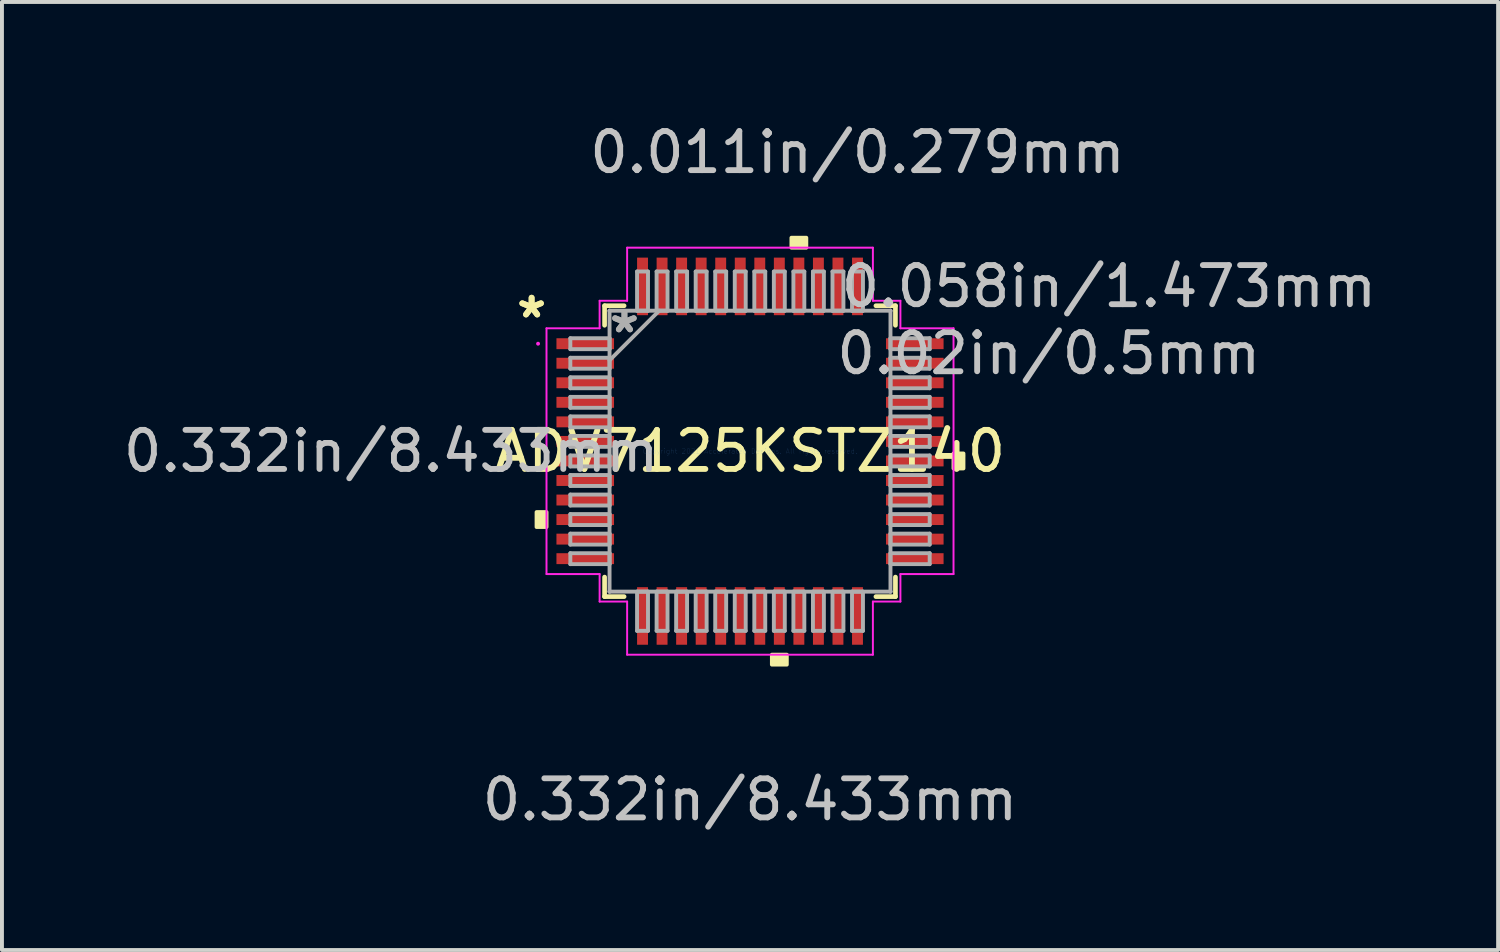
<source format=kicad_pcb>
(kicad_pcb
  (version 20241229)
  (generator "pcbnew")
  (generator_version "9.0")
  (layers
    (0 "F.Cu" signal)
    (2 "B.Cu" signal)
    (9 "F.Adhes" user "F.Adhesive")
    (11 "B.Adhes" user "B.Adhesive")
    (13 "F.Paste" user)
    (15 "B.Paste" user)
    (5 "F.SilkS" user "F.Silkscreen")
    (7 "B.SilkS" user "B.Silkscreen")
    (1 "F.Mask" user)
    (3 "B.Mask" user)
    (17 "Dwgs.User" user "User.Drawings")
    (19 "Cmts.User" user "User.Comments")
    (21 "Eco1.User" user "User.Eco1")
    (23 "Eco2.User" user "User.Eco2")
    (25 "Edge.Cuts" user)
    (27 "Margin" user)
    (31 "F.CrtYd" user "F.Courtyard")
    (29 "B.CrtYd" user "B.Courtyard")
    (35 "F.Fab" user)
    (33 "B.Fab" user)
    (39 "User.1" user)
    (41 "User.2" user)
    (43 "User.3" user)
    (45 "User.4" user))
  (footprint "ADV7125KSTZ140"
    (layer "F.Cu")
    (at 16.14 8.494)
    (property "Reference" "ADV7125KSTZ140" (at 0 0 0) (layer "F.SilkS") (effects (font (size 1 1) (thickness 0.15))))
    (attr through_hole)
    (fp_line (start -3.721 -3.721) (end -3.721 -3.222) (stroke (width 0.12) (type solid)) (layer "F.SilkS"))
    (fp_line (start -3.721 3.222) (end -3.721 3.721) (stroke (width 0.12) (type solid)) (layer "F.SilkS"))
    (fp_line (start -3.721 3.721) (end -3.222 3.721) (stroke (width 0.12) (type solid)) (layer "F.SilkS"))
    (fp_line (start -3.222 -3.721) (end -3.721 -3.721) (stroke (width 0.12) (type solid)) (layer "F.SilkS"))
    (fp_line (start 3.222 3.721) (end 3.721 3.721) (stroke (width 0.12) (type solid)) (layer "F.SilkS"))
    (fp_line (start 3.721 -3.721) (end 3.222 -3.721) (stroke (width 0.12) (type solid)) (layer "F.SilkS"))
    (fp_line (start 3.721 -3.222) (end 3.721 -3.721) (stroke (width 0.12) (type solid)) (layer "F.SilkS"))
    (fp_line (start 3.721 3.721) (end 3.721 3.222) (stroke (width 0.12) (type solid)) (layer "F.SilkS"))
    (fp_poly (pts (xy -5.461 1.559) (xy -5.461 1.94) (xy -5.207 1.94) (xy -5.207 1.559)) (stroke (width 0.1) (type solid)) (fill yes) (layer "F.SilkS"))
    (fp_poly (pts (xy 0.56 5.207) (xy 0.56 5.461) (xy 0.941 5.461) (xy 0.941 5.207)) (stroke (width 0.1) (type solid)) (fill yes) (layer "F.SilkS"))
    (fp_poly (pts (xy 1.06 -5.207) (xy 1.06 -5.461) (xy 1.44 -5.461) (xy 1.44 -5.207)) (stroke (width 0.1) (type solid)) (fill yes) (layer "F.SilkS"))
    (fp_poly (pts (xy 5.461 0.059) (xy 5.461 0.441) (xy 5.207 0.441) (xy 5.207 0.059)) (stroke (width 0.1) (type solid)) (fill yes) (layer "F.SilkS"))
    (fp_line (start -5.207 -3.144) (end -3.848 -3.144) (stroke (width 0.05) (type solid)) (layer "F.CrtYd"))
    (fp_line (start -5.207 3.144) (end -5.207 -3.144) (stroke (width 0.05) (type solid)) (layer "F.CrtYd"))
    (fp_line (start -3.848 -3.848) (end -3.144 -3.848) (stroke (width 0.05) (type solid)) (layer "F.CrtYd"))
    (fp_line (start -3.848 -3.144) (end -3.848 -3.848) (stroke (width 0.05) (type solid)) (layer "F.CrtYd"))
    (fp_line (start -3.848 3.144) (end -5.207 3.144) (stroke (width 0.05) (type solid)) (layer "F.CrtYd"))
    (fp_line (start -3.848 3.848) (end -3.848 3.144) (stroke (width 0.05) (type solid)) (layer "F.CrtYd"))
    (fp_line (start -3.144 -5.207) (end 3.144 -5.207) (stroke (width 0.05) (type solid)) (layer "F.CrtYd"))
    (fp_line (start -3.144 -3.848) (end -3.144 -5.207) (stroke (width 0.05) (type solid)) (layer "F.CrtYd"))
    (fp_line (start -3.144 3.848) (end -3.848 3.848) (stroke (width 0.05) (type solid)) (layer "F.CrtYd"))
    (fp_line (start -3.144 5.207) (end -3.144 3.848) (stroke (width 0.05) (type solid)) (layer "F.CrtYd"))
    (fp_line (start 3.144 -5.207) (end 3.144 -3.848) (stroke (width 0.05) (type solid)) (layer "F.CrtYd"))
    (fp_line (start 3.144 -3.848) (end 3.848 -3.848) (stroke (width 0.05) (type solid)) (layer "F.CrtYd"))
    (fp_line (start 3.144 3.848) (end 3.144 5.207) (stroke (width 0.05) (type solid)) (layer "F.CrtYd"))
    (fp_line (start 3.144 5.207) (end -3.144 5.207) (stroke (width 0.05) (type solid)) (layer "F.CrtYd"))
    (fp_line (start 3.848 -3.848) (end 3.848 -3.144) (stroke (width 0.05) (type solid)) (layer "F.CrtYd"))
    (fp_line (start 3.848 -3.144) (end 5.207 -3.144) (stroke (width 0.05) (type solid)) (layer "F.CrtYd"))
    (fp_line (start 3.848 3.144) (end 3.848 3.848) (stroke (width 0.05) (type solid)) (layer "F.CrtYd"))
    (fp_line (start 3.848 3.848) (end 3.144 3.848) (stroke (width 0.05) (type solid)) (layer "F.CrtYd"))
    (fp_line (start 5.207 -3.144) (end 5.207 3.144) (stroke (width 0.05) (type solid)) (layer "F.CrtYd"))
    (fp_line (start 5.207 3.144) (end 3.848 3.144) (stroke (width 0.05) (type solid)) (layer "F.CrtYd"))
    (fp_circle (center -5.423 -2.75) (end -5.423 -2.75) (stroke (width 0.05) (type solid)) (fill no) (layer "F.CrtYd"))
    (fp_line (start -4.597 -2.89) (end -4.597 -2.61) (stroke (width 0.1) (type solid)) (layer "F.Fab"))
    (fp_line (start -4.597 -2.61) (end -3.594 -2.61) (stroke (width 0.1) (type solid)) (layer "F.Fab"))
    (fp_line (start -4.597 -2.39) (end -4.597 -2.11) (stroke (width 0.1) (type solid)) (layer "F.Fab"))
    (fp_line (start -4.597 -2.11) (end -3.594 -2.11) (stroke (width 0.1) (type solid)) (layer "F.Fab"))
    (fp_line (start -4.597 -1.89) (end -4.597 -1.61) (stroke (width 0.1) (type solid)) (layer "F.Fab"))
    (fp_line (start -4.597 -1.61) (end -3.594 -1.61) (stroke (width 0.1) (type solid)) (layer "F.Fab"))
    (fp_line (start -4.597 -1.39) (end -4.597 -1.11) (stroke (width 0.1) (type solid)) (layer "F.Fab"))
    (fp_line (start -4.597 -1.11) (end -3.594 -1.11) (stroke (width 0.1) (type solid)) (layer "F.Fab"))
    (fp_line (start -4.597 -0.89) (end -4.597 -0.61) (stroke (width 0.1) (type solid)) (layer "F.Fab"))
    (fp_line (start -4.597 -0.61) (end -3.594 -0.61) (stroke (width 0.1) (type solid)) (layer "F.Fab"))
    (fp_line (start -4.597 -0.39) (end -4.597 -0.11) (stroke (width 0.1) (type solid)) (layer "F.Fab"))
    (fp_line (start -4.597 -0.11) (end -3.594 -0.11) (stroke (width 0.1) (type solid)) (layer "F.Fab"))
    (fp_line (start -4.597 0.11) (end -4.597 0.39) (stroke (width 0.1) (type solid)) (layer "F.Fab"))
    (fp_line (start -4.597 0.39) (end -3.594 0.39) (stroke (width 0.1) (type solid)) (layer "F.Fab"))
    (fp_line (start -4.597 0.61) (end -4.597 0.89) (stroke (width 0.1) (type solid)) (layer "F.Fab"))
    (fp_line (start -4.597 0.89) (end -3.594 0.89) (stroke (width 0.1) (type solid)) (layer "F.Fab"))
    (fp_line (start -4.597 1.11) (end -4.597 1.39) (stroke (width 0.1) (type solid)) (layer "F.Fab"))
    (fp_line (start -4.597 1.39) (end -3.594 1.39) (stroke (width 0.1) (type solid)) (layer "F.Fab"))
    (fp_line (start -4.597 1.61) (end -4.597 1.89) (stroke (width 0.1) (type solid)) (layer "F.Fab"))
    (fp_line (start -4.597 1.89) (end -3.594 1.89) (stroke (width 0.1) (type solid)) (layer "F.Fab"))
    (fp_line (start -4.597 2.11) (end -4.597 2.39) (stroke (width 0.1) (type solid)) (layer "F.Fab"))
    (fp_line (start -4.597 2.39) (end -3.594 2.39) (stroke (width 0.1) (type solid)) (layer "F.Fab"))
    (fp_line (start -4.597 2.61) (end -4.597 2.89) (stroke (width 0.1) (type solid)) (layer "F.Fab"))
    (fp_line (start -4.597 2.89) (end -3.594 2.89) (stroke (width 0.1) (type solid)) (layer "F.Fab"))
    (fp_line (start -3.594 -3.594) (end -3.594 -3.594) (stroke (width 0.1) (type solid)) (layer "F.Fab"))
    (fp_line (start -3.594 -3.594) (end -3.594 3.594) (stroke (width 0.1) (type solid)) (layer "F.Fab"))
    (fp_line (start -3.594 -2.89) (end -4.597 -2.89) (stroke (width 0.1) (type solid)) (layer "F.Fab"))
    (fp_line (start -3.594 -2.61) (end -3.594 -2.89) (stroke (width 0.1) (type solid)) (layer "F.Fab"))
    (fp_line (start -3.594 -2.39) (end -4.597 -2.39) (stroke (width 0.1) (type solid)) (layer "F.Fab"))
    (fp_line (start -3.594 -2.324) (end -2.324 -3.594) (stroke (width 0.1) (type solid)) (layer "F.Fab"))
    (fp_line (start -3.594 -2.11) (end -3.594 -2.39) (stroke (width 0.1) (type solid)) (layer "F.Fab"))
    (fp_line (start -3.594 -1.89) (end -4.597 -1.89) (stroke (width 0.1) (type solid)) (layer "F.Fab"))
    (fp_line (start -3.594 -1.61) (end -3.594 -1.89) (stroke (width 0.1) (type solid)) (layer "F.Fab"))
    (fp_line (start -3.594 -1.39) (end -4.597 -1.39) (stroke (width 0.1) (type solid)) (layer "F.Fab"))
    (fp_line (start -3.594 -1.11) (end -3.594 -1.39) (stroke (width 0.1) (type solid)) (layer "F.Fab"))
    (fp_line (start -3.594 -0.89) (end -4.597 -0.89) (stroke (width 0.1) (type solid)) (layer "F.Fab"))
    (fp_line (start -3.594 -0.61) (end -3.594 -0.89) (stroke (width 0.1) (type solid)) (layer "F.Fab"))
    (fp_line (start -3.594 -0.39) (end -4.597 -0.39) (stroke (width 0.1) (type solid)) (layer "F.Fab"))
    (fp_line (start -3.594 -0.11) (end -3.594 -0.39) (stroke (width 0.1) (type solid)) (layer "F.Fab"))
    (fp_line (start -3.594 0.11) (end -4.597 0.11) (stroke (width 0.1) (type solid)) (layer "F.Fab"))
    (fp_line (start -3.594 0.39) (end -3.594 0.11) (stroke (width 0.1) (type solid)) (layer "F.Fab"))
    (fp_line (start -3.594 0.61) (end -4.597 0.61) (stroke (width 0.1) (type solid)) (layer "F.Fab"))
    (fp_line (start -3.594 0.89) (end -3.594 0.61) (stroke (width 0.1) (type solid)) (layer "F.Fab"))
    (fp_line (start -3.594 1.11) (end -4.597 1.11) (stroke (width 0.1) (type solid)) (layer "F.Fab"))
    (fp_line (start -3.594 1.39) (end -3.594 1.11) (stroke (width 0.1) (type solid)) (layer "F.Fab"))
    (fp_line (start -3.594 1.61) (end -4.597 1.61) (stroke (width 0.1) (type solid)) (layer "F.Fab"))
    (fp_line (start -3.594 1.89) (end -3.594 1.61) (stroke (width 0.1) (type solid)) (layer "F.Fab"))
    (fp_line (start -3.594 2.11) (end -4.597 2.11) (stroke (width 0.1) (type solid)) (layer "F.Fab"))
    (fp_line (start -3.594 2.39) (end -3.594 2.11) (stroke (width 0.1) (type solid)) (layer "F.Fab"))
    (fp_line (start -3.594 2.61) (end -4.597 2.61) (stroke (width 0.1) (type solid)) (layer "F.Fab"))
    (fp_line (start -3.594 2.89) (end -3.594 2.61) (stroke (width 0.1) (type solid)) (layer "F.Fab"))
    (fp_line (start -3.594 3.594) (end -3.594 3.594) (stroke (width 0.1) (type solid)) (layer "F.Fab"))
    (fp_line (start -3.594 3.594) (end 3.594 3.594) (stroke (width 0.1) (type solid)) (layer "F.Fab"))
    (fp_line (start -2.89 -4.597) (end -2.89 -3.594) (stroke (width 0.1) (type solid)) (layer "F.Fab"))
    (fp_line (start -2.89 -3.594) (end -2.61 -3.594) (stroke (width 0.1) (type solid)) (layer "F.Fab"))
    (fp_line (start -2.89 3.594) (end -2.89 4.597) (stroke (width 0.1) (type solid)) (layer "F.Fab"))
    (fp_line (start -2.89 4.597) (end -2.61 4.597) (stroke (width 0.1) (type solid)) (layer "F.Fab"))
    (fp_line (start -2.61 -4.597) (end -2.89 -4.597) (stroke (width 0.1) (type solid)) (layer "F.Fab"))
    (fp_line (start -2.61 -3.594) (end -2.61 -4.597) (stroke (width 0.1) (type solid)) (layer "F.Fab"))
    (fp_line (start -2.61 3.594) (end -2.89 3.594) (stroke (width 0.1) (type solid)) (layer "F.Fab"))
    (fp_line (start -2.61 4.597) (end -2.61 3.594) (stroke (width 0.1) (type solid)) (layer "F.Fab"))
    (fp_line (start -2.39 -4.597) (end -2.39 -3.594) (stroke (width 0.1) (type solid)) (layer "F.Fab"))
    (fp_line (start -2.39 -3.594) (end -2.11 -3.594) (stroke (width 0.1) (type solid)) (layer "F.Fab"))
    (fp_line (start -2.39 3.594) (end -2.39 4.597) (stroke (width 0.1) (type solid)) (layer "F.Fab"))
    (fp_line (start -2.39 4.597) (end -2.11 4.597) (stroke (width 0.1) (type solid)) (layer "F.Fab"))
    (fp_line (start -2.11 -4.597) (end -2.39 -4.597) (stroke (width 0.1) (type solid)) (layer "F.Fab"))
    (fp_line (start -2.11 -3.594) (end -2.11 -4.597) (stroke (width 0.1) (type solid)) (layer "F.Fab"))
    (fp_line (start -2.11 3.594) (end -2.39 3.594) (stroke (width 0.1) (type solid)) (layer "F.Fab"))
    (fp_line (start -2.11 4.597) (end -2.11 3.594) (stroke (width 0.1) (type solid)) (layer "F.Fab"))
    (fp_line (start -1.89 -4.597) (end -1.89 -3.594) (stroke (width 0.1) (type solid)) (layer "F.Fab"))
    (fp_line (start -1.89 -3.594) (end -1.61 -3.594) (stroke (width 0.1) (type solid)) (layer "F.Fab"))
    (fp_line (start -1.89 3.594) (end -1.89 4.597) (stroke (width 0.1) (type solid)) (layer "F.Fab"))
    (fp_line (start -1.89 4.597) (end -1.61 4.597) (stroke (width 0.1) (type solid)) (layer "F.Fab"))
    (fp_line (start -1.61 -4.597) (end -1.89 -4.597) (stroke (width 0.1) (type solid)) (layer "F.Fab"))
    (fp_line (start -1.61 -3.594) (end -1.61 -4.597) (stroke (width 0.1) (type solid)) (layer "F.Fab"))
    (fp_line (start -1.61 3.594) (end -1.89 3.594) (stroke (width 0.1) (type solid)) (layer "F.Fab"))
    (fp_line (start -1.61 4.597) (end -1.61 3.594) (stroke (width 0.1) (type solid)) (layer "F.Fab"))
    (fp_line (start -1.39 -4.597) (end -1.39 -3.594) (stroke (width 0.1) (type solid)) (layer "F.Fab"))
    (fp_line (start -1.39 -3.594) (end -1.11 -3.594) (stroke (width 0.1) (type solid)) (layer "F.Fab"))
    (fp_line (start -1.39 3.594) (end -1.39 4.597) (stroke (width 0.1) (type solid)) (layer "F.Fab"))
    (fp_line (start -1.39 4.597) (end -1.11 4.597) (stroke (width 0.1) (type solid)) (layer "F.Fab"))
    (fp_line (start -1.11 -4.597) (end -1.39 -4.597) (stroke (width 0.1) (type solid)) (layer "F.Fab"))
    (fp_line (start -1.11 -3.594) (end -1.11 -4.597) (stroke (width 0.1) (type solid)) (layer "F.Fab"))
    (fp_line (start -1.11 3.594) (end -1.39 3.594) (stroke (width 0.1) (type solid)) (layer "F.Fab"))
    (fp_line (start -1.11 4.597) (end -1.11 3.594) (stroke (width 0.1) (type solid)) (layer "F.Fab"))
    (fp_line (start -0.89 -4.597) (end -0.89 -3.594) (stroke (width 0.1) (type solid)) (layer "F.Fab"))
    (fp_line (start -0.89 -3.594) (end -0.61 -3.594) (stroke (width 0.1) (type solid)) (layer "F.Fab"))
    (fp_line (start -0.89 3.594) (end -0.89 4.597) (stroke (width 0.1) (type solid)) (layer "F.Fab"))
    (fp_line (start -0.89 4.597) (end -0.61 4.597) (stroke (width 0.1) (type solid)) (layer "F.Fab"))
    (fp_line (start -0.61 -4.597) (end -0.89 -4.597) (stroke (width 0.1) (type solid)) (layer "F.Fab"))
    (fp_line (start -0.61 -3.594) (end -0.61 -4.597) (stroke (width 0.1) (type solid)) (layer "F.Fab"))
    (fp_line (start -0.61 3.594) (end -0.89 3.594) (stroke (width 0.1) (type solid)) (layer "F.Fab"))
    (fp_line (start -0.61 4.597) (end -0.61 3.594) (stroke (width 0.1) (type solid)) (layer "F.Fab"))
    (fp_line (start -0.39 -4.597) (end -0.39 -3.594) (stroke (width 0.1) (type solid)) (layer "F.Fab"))
    (fp_line (start -0.39 -3.594) (end -0.11 -3.594) (stroke (width 0.1) (type solid)) (layer "F.Fab"))
    (fp_line (start -0.39 3.594) (end -0.39 4.597) (stroke (width 0.1) (type solid)) (layer "F.Fab"))
    (fp_line (start -0.39 4.597) (end -0.11 4.597) (stroke (width 0.1) (type solid)) (layer "F.Fab"))
    (fp_line (start -0.11 -4.597) (end -0.39 -4.597) (stroke (width 0.1) (type solid)) (layer "F.Fab"))
    (fp_line (start -0.11 -3.594) (end -0.11 -4.597) (stroke (width 0.1) (type solid)) (layer "F.Fab"))
    (fp_line (start -0.11 3.594) (end -0.39 3.594) (stroke (width 0.1) (type solid)) (layer "F.Fab"))
    (fp_line (start -0.11 4.597) (end -0.11 3.594) (stroke (width 0.1) (type solid)) (layer "F.Fab"))
    (fp_line (start 0.11 -4.597) (end 0.11 -3.594) (stroke (width 0.1) (type solid)) (layer "F.Fab"))
    (fp_line (start 0.11 -3.594) (end 0.39 -3.594) (stroke (width 0.1) (type solid)) (layer "F.Fab"))
    (fp_line (start 0.11 3.594) (end 0.11 4.597) (stroke (width 0.1) (type solid)) (layer "F.Fab"))
    (fp_line (start 0.11 4.597) (end 0.39 4.597) (stroke (width 0.1) (type solid)) (layer "F.Fab"))
    (fp_line (start 0.39 -4.597) (end 0.11 -4.597) (stroke (width 0.1) (type solid)) (layer "F.Fab"))
    (fp_line (start 0.39 -3.594) (end 0.39 -4.597) (stroke (width 0.1) (type solid)) (layer "F.Fab"))
    (fp_line (start 0.39 3.594) (end 0.11 3.594) (stroke (width 0.1) (type solid)) (layer "F.Fab"))
    (fp_line (start 0.39 4.597) (end 0.39 3.594) (stroke (width 0.1) (type solid)) (layer "F.Fab"))
    (fp_line (start 0.61 -4.597) (end 0.61 -3.594) (stroke (width 0.1) (type solid)) (layer "F.Fab"))
    (fp_line (start 0.61 -3.594) (end 0.89 -3.594) (stroke (width 0.1) (type solid)) (layer "F.Fab"))
    (fp_line (start 0.61 3.594) (end 0.61 4.597) (stroke (width 0.1) (type solid)) (layer "F.Fab"))
    (fp_line (start 0.61 4.597) (end 0.89 4.597) (stroke (width 0.1) (type solid)) (layer "F.Fab"))
    (fp_line (start 0.89 -4.597) (end 0.61 -4.597) (stroke (width 0.1) (type solid)) (layer "F.Fab"))
    (fp_line (start 0.89 -3.594) (end 0.89 -4.597) (stroke (width 0.1) (type solid)) (layer "F.Fab"))
    (fp_line (start 0.89 3.594) (end 0.61 3.594) (stroke (width 0.1) (type solid)) (layer "F.Fab"))
    (fp_line (start 0.89 4.597) (end 0.89 3.594) (stroke (width 0.1) (type solid)) (layer "F.Fab"))
    (fp_line (start 1.11 -4.597) (end 1.11 -3.594) (stroke (width 0.1) (type solid)) (layer "F.Fab"))
    (fp_line (start 1.11 -3.594) (end 1.39 -3.594) (stroke (width 0.1) (type solid)) (layer "F.Fab"))
    (fp_line (start 1.11 3.594) (end 1.11 4.597) (stroke (width 0.1) (type solid)) (layer "F.Fab"))
    (fp_line (start 1.11 4.597) (end 1.39 4.597) (stroke (width 0.1) (type solid)) (layer "F.Fab"))
    (fp_line (start 1.39 -4.597) (end 1.11 -4.597) (stroke (width 0.1) (type solid)) (layer "F.Fab"))
    (fp_line (start 1.39 -3.594) (end 1.39 -4.597) (stroke (width 0.1) (type solid)) (layer "F.Fab"))
    (fp_line (start 1.39 3.594) (end 1.11 3.594) (stroke (width 0.1) (type solid)) (layer "F.Fab"))
    (fp_line (start 1.39 4.597) (end 1.39 3.594) (stroke (width 0.1) (type solid)) (layer "F.Fab"))
    (fp_line (start 1.61 -4.597) (end 1.61 -3.594) (stroke (width 0.1) (type solid)) (layer "F.Fab"))
    (fp_line (start 1.61 -3.594) (end 1.89 -3.594) (stroke (width 0.1) (type solid)) (layer "F.Fab"))
    (fp_line (start 1.61 3.594) (end 1.61 4.597) (stroke (width 0.1) (type solid)) (layer "F.Fab"))
    (fp_line (start 1.61 4.597) (end 1.89 4.597) (stroke (width 0.1) (type solid)) (layer "F.Fab"))
    (fp_line (start 1.89 -4.597) (end 1.61 -4.597) (stroke (width 0.1) (type solid)) (layer "F.Fab"))
    (fp_line (start 1.89 -3.594) (end 1.89 -4.597) (stroke (width 0.1) (type solid)) (layer "F.Fab"))
    (fp_line (start 1.89 3.594) (end 1.61 3.594) (stroke (width 0.1) (type solid)) (layer "F.Fab"))
    (fp_line (start 1.89 4.597) (end 1.89 3.594) (stroke (width 0.1) (type solid)) (layer "F.Fab"))
    (fp_line (start 2.11 -4.597) (end 2.11 -3.594) (stroke (width 0.1) (type solid)) (layer "F.Fab"))
    (fp_line (start 2.11 -3.594) (end 2.39 -3.594) (stroke (width 0.1) (type solid)) (layer "F.Fab"))
    (fp_line (start 2.11 3.594) (end 2.11 4.597) (stroke (width 0.1) (type solid)) (layer "F.Fab"))
    (fp_line (start 2.11 4.597) (end 2.39 4.597) (stroke (width 0.1) (type solid)) (layer "F.Fab"))
    (fp_line (start 2.39 -4.597) (end 2.11 -4.597) (stroke (width 0.1) (type solid)) (layer "F.Fab"))
    (fp_line (start 2.39 -3.594) (end 2.39 -4.597) (stroke (width 0.1) (type solid)) (layer "F.Fab"))
    (fp_line (start 2.39 3.594) (end 2.11 3.594) (stroke (width 0.1) (type solid)) (layer "F.Fab"))
    (fp_line (start 2.39 4.597) (end 2.39 3.594) (stroke (width 0.1) (type solid)) (layer "F.Fab"))
    (fp_line (start 2.61 -4.597) (end 2.61 -3.594) (stroke (width 0.1) (type solid)) (layer "F.Fab"))
    (fp_line (start 2.61 -3.594) (end 2.89 -3.594) (stroke (width 0.1) (type solid)) (layer "F.Fab"))
    (fp_line (start 2.61 3.594) (end 2.61 4.597) (stroke (width 0.1) (type solid)) (layer "F.Fab"))
    (fp_line (start 2.61 4.597) (end 2.89 4.597) (stroke (width 0.1) (type solid)) (layer "F.Fab"))
    (fp_line (start 2.89 -4.597) (end 2.61 -4.597) (stroke (width 0.1) (type solid)) (layer "F.Fab"))
    (fp_line (start 2.89 -3.594) (end 2.89 -4.597) (stroke (width 0.1) (type solid)) (layer "F.Fab"))
    (fp_line (start 2.89 3.594) (end 2.61 3.594) (stroke (width 0.1) (type solid)) (layer "F.Fab"))
    (fp_line (start 2.89 4.597) (end 2.89 3.594) (stroke (width 0.1) (type solid)) (layer "F.Fab"))
    (fp_line (start 3.594 -3.594) (end -3.594 -3.594) (stroke (width 0.1) (type solid)) (layer "F.Fab"))
    (fp_line (start 3.594 -3.594) (end 3.594 -3.594) (stroke (width 0.1) (type solid)) (layer "F.Fab"))
    (fp_line (start 3.594 -2.89) (end 3.594 -2.61) (stroke (width 0.1) (type solid)) (layer "F.Fab"))
    (fp_line (start 3.594 -2.61) (end 4.597 -2.61) (stroke (width 0.1) (type solid)) (layer "F.Fab"))
    (fp_line (start 3.594 -2.39) (end 3.594 -2.11) (stroke (width 0.1) (type solid)) (layer "F.Fab"))
    (fp_line (start 3.594 -2.11) (end 4.597 -2.11) (stroke (width 0.1) (type solid)) (layer "F.Fab"))
    (fp_line (start 3.594 -1.89) (end 3.594 -1.61) (stroke (width 0.1) (type solid)) (layer "F.Fab"))
    (fp_line (start 3.594 -1.61) (end 4.597 -1.61) (stroke (width 0.1) (type solid)) (layer "F.Fab"))
    (fp_line (start 3.594 -1.39) (end 3.594 -1.11) (stroke (width 0.1) (type solid)) (layer "F.Fab"))
    (fp_line (start 3.594 -1.11) (end 4.597 -1.11) (stroke (width 0.1) (type solid)) (layer "F.Fab"))
    (fp_line (start 3.594 -0.89) (end 3.594 -0.61) (stroke (width 0.1) (type solid)) (layer "F.Fab"))
    (fp_line (start 3.594 -0.61) (end 4.597 -0.61) (stroke (width 0.1) (type solid)) (layer "F.Fab"))
    (fp_line (start 3.594 -0.39) (end 3.594 -0.11) (stroke (width 0.1) (type solid)) (layer "F.Fab"))
    (fp_line (start 3.594 -0.11) (end 4.597 -0.11) (stroke (width 0.1) (type solid)) (layer "F.Fab"))
    (fp_line (start 3.594 0.11) (end 3.594 0.39) (stroke (width 0.1) (type solid)) (layer "F.Fab"))
    (fp_line (start 3.594 0.39) (end 4.597 0.39) (stroke (width 0.1) (type solid)) (layer "F.Fab"))
    (fp_line (start 3.594 0.61) (end 3.594 0.89) (stroke (width 0.1) (type solid)) (layer "F.Fab"))
    (fp_line (start 3.594 0.89) (end 4.597 0.89) (stroke (width 0.1) (type solid)) (layer "F.Fab"))
    (fp_line (start 3.594 1.11) (end 3.594 1.39) (stroke (width 0.1) (type solid)) (layer "F.Fab"))
    (fp_line (start 3.594 1.39) (end 4.597 1.39) (stroke (width 0.1) (type solid)) (layer "F.Fab"))
    (fp_line (start 3.594 1.61) (end 3.594 1.89) (stroke (width 0.1) (type solid)) (layer "F.Fab"))
    (fp_line (start 3.594 1.89) (end 4.597 1.89) (stroke (width 0.1) (type solid)) (layer "F.Fab"))
    (fp_line (start 3.594 2.11) (end 3.594 2.39) (stroke (width 0.1) (type solid)) (layer "F.Fab"))
    (fp_line (start 3.594 2.39) (end 4.597 2.39) (stroke (width 0.1) (type solid)) (layer "F.Fab"))
    (fp_line (start 3.594 2.61) (end 3.594 2.89) (stroke (width 0.1) (type solid)) (layer "F.Fab"))
    (fp_line (start 3.594 2.89) (end 4.597 2.89) (stroke (width 0.1) (type solid)) (layer "F.Fab"))
    (fp_line (start 3.594 3.594) (end 3.594 -3.594) (stroke (width 0.1) (type solid)) (layer "F.Fab"))
    (fp_line (start 3.594 3.594) (end 3.594 3.594) (stroke (width 0.1) (type solid)) (layer "F.Fab"))
    (fp_line (start 4.597 -2.89) (end 3.594 -2.89) (stroke (width 0.1) (type solid)) (layer "F.Fab"))
    (fp_line (start 4.597 -2.61) (end 4.597 -2.89) (stroke (width 0.1) (type solid)) (layer "F.Fab"))
    (fp_line (start 4.597 -2.39) (end 3.594 -2.39) (stroke (width 0.1) (type solid)) (layer "F.Fab"))
    (fp_line (start 4.597 -2.11) (end 4.597 -2.39) (stroke (width 0.1) (type solid)) (layer "F.Fab"))
    (fp_line (start 4.597 -1.89) (end 3.594 -1.89) (stroke (width 0.1) (type solid)) (layer "F.Fab"))
    (fp_line (start 4.597 -1.61) (end 4.597 -1.89) (stroke (width 0.1) (type solid)) (layer "F.Fab"))
    (fp_line (start 4.597 -1.39) (end 3.594 -1.39) (stroke (width 0.1) (type solid)) (layer "F.Fab"))
    (fp_line (start 4.597 -1.11) (end 4.597 -1.39) (stroke (width 0.1) (type solid)) (layer "F.Fab"))
    (fp_line (start 4.597 -0.89) (end 3.594 -0.89) (stroke (width 0.1) (type solid)) (layer "F.Fab"))
    (fp_line (start 4.597 -0.61) (end 4.597 -0.89) (stroke (width 0.1) (type solid)) (layer "F.Fab"))
    (fp_line (start 4.597 -0.39) (end 3.594 -0.39) (stroke (width 0.1) (type solid)) (layer "F.Fab"))
    (fp_line (start 4.597 -0.11) (end 4.597 -0.39) (stroke (width 0.1) (type solid)) (layer "F.Fab"))
    (fp_line (start 4.597 0.11) (end 3.594 0.11) (stroke (width 0.1) (type solid)) (layer "F.Fab"))
    (fp_line (start 4.597 0.39) (end 4.597 0.11) (stroke (width 0.1) (type solid)) (layer "F.Fab"))
    (fp_line (start 4.597 0.61) (end 3.594 0.61) (stroke (width 0.1) (type solid)) (layer "F.Fab"))
    (fp_line (start 4.597 0.89) (end 4.597 0.61) (stroke (width 0.1) (type solid)) (layer "F.Fab"))
    (fp_line (start 4.597 1.11) (end 3.594 1.11) (stroke (width 0.1) (type solid)) (layer "F.Fab"))
    (fp_line (start 4.597 1.39) (end 4.597 1.11) (stroke (width 0.1) (type solid)) (layer "F.Fab"))
    (fp_line (start 4.597 1.61) (end 3.594 1.61) (stroke (width 0.1) (type solid)) (layer "F.Fab"))
    (fp_line (start 4.597 1.89) (end 4.597 1.61) (stroke (width 0.1) (type solid)) (layer "F.Fab"))
    (fp_line (start 4.597 2.11) (end 3.594 2.11) (stroke (width 0.1) (type solid)) (layer "F.Fab"))
    (fp_line (start 4.597 2.39) (end 4.597 2.11) (stroke (width 0.1) (type solid)) (layer "F.Fab"))
    (fp_line (start 4.597 2.61) (end 3.594 2.61) (stroke (width 0.1) (type solid)) (layer "F.Fab"))
    (fp_line (start 4.597 2.89) (end 4.597 2.61) (stroke (width 0.1) (type solid)) (layer "F.Fab"))
    (fp_text user "*" (at -5.588 -3.381 0) (layer "F.SilkS") (effects (font (size 1 1) (thickness 0.15))))
    (fp_text user "*" (at -5.588 -3.381 0) (layer "F.SilkS") (effects (font (size 1 1) (thickness 0.15))))
    (fp_text user "0.332in/8.433mm" (at 0 8.915 0) (layer "Dwgs.User") (effects (font (size 1 1) (thickness 0.15))))
    (fp_text user "0.02in/0.5mm" (at 7.645 -2.5 0) (layer "Dwgs.User") (effects (font (size 1 1) (thickness 0.15))))
    (fp_text user "0.011in/0.279mm" (at 2.75 -7.645 0) (layer "Dwgs.User") (effects (font (size 1 1) (thickness 0.15))))
    (fp_text user "0.332in/8.433mm" (at -9.182 0 0) (layer "Dwgs.User") (effects (font (size 1 1) (thickness 0.15))))
    (fp_text user "0.058in/1.473mm" (at 9.182 -4.216 0) (layer "Dwgs.User") (effects (font (size 1 1) (thickness 0.15))))
    (fp_text user "Copyright 2021 Accelerated Designs. All rights reserved." (at 0 0 0) (layer "Cmts.User") (effects (font (size 0.127 0.127) (thickness 0.002))))
    (fp_text user "*" (at -3.213 -3 0) (layer "F.Fab") (effects (font (size 1 1) (thickness 0.15))))
    (fp_text user "*" (at -3.213 -3 0) (layer "F.Fab") (effects (font (size 1 1) (thickness 0.15))))
    (pad "1" smd rect (at -4.216 -2.75 90) (size 0.279 1.473) (layers "F.Cu" "F.Mask" "F.Paste"))
    (pad "2" smd rect (at -4.216 -2.25 90) (size 0.279 1.473) (layers "F.Cu" "F.Mask" "F.Paste"))
    (pad "3" smd rect (at -4.216 -1.75 90) (size 0.279 1.473) (layers "F.Cu" "F.Mask" "F.Paste"))
    (pad "4" smd rect (at -4.216 -1.25 90) (size 0.279 1.473) (layers "F.Cu" "F.Mask" "F.Paste"))
    (pad "5" smd rect (at -4.216 -0.75 90) (size 0.279 1.473) (layers "F.Cu" "F.Mask" "F.Paste"))
    (pad "6" smd rect (at -4.216 -0.25 90) (size 0.279 1.473) (layers "F.Cu" "F.Mask" "F.Paste"))
    (pad "7" smd rect (at -4.216 0.25 90) (size 0.279 1.473) (layers "F.Cu" "F.Mask" "F.Paste"))
    (pad "8" smd rect (at -4.216 0.75 90) (size 0.279 1.473) (layers "F.Cu" "F.Mask" "F.Paste"))
    (pad "9" smd rect (at -4.216 1.25 90) (size 0.279 1.473) (layers "F.Cu" "F.Mask" "F.Paste"))
    (pad "10" smd rect (at -4.216 1.75 90) (size 0.279 1.473) (layers "F.Cu" "F.Mask" "F.Paste"))
    (pad "11" smd rect (at -4.216 2.25 90) (size 0.279 1.473) (layers "F.Cu" "F.Mask" "F.Paste"))
    (pad "12" smd rect (at -4.216 2.75 90) (size 0.279 1.473) (layers "F.Cu" "F.Mask" "F.Paste"))
    (pad "13" smd rect (at -2.75 4.216) (size 0.279 1.473) (layers "F.Cu" "F.Mask" "F.Paste"))
    (pad "14" smd rect (at -2.25 4.216) (size 0.279 1.473) (layers "F.Cu" "F.Mask" "F.Paste"))
    (pad "15" smd rect (at -1.75 4.216) (size 0.279 1.473) (layers "F.Cu" "F.Mask" "F.Paste"))
    (pad "16" smd rect (at -1.25 4.216) (size 0.279 1.473) (layers "F.Cu" "F.Mask" "F.Paste"))
    (pad "17" smd rect (at -0.75 4.216) (size 0.279 1.473) (layers "F.Cu" "F.Mask" "F.Paste"))
    (pad "18" smd rect (at -0.25 4.216) (size 0.279 1.473) (layers "F.Cu" "F.Mask" "F.Paste"))
    (pad "19" smd rect (at 0.25 4.216) (size 0.279 1.473) (layers "F.Cu" "F.Mask" "F.Paste"))
    (pad "20" smd rect (at 0.75 4.216) (size 0.279 1.473) (layers "F.Cu" "F.Mask" "F.Paste"))
    (pad "21" smd rect (at 1.25 4.216) (size 0.279 1.473) (layers "F.Cu" "F.Mask" "F.Paste"))
    (pad "22" smd rect (at 1.75 4.216) (size 0.279 1.473) (layers "F.Cu" "F.Mask" "F.Paste"))
    (pad "23" smd rect (at 2.25 4.216) (size 0.279 1.473) (layers "F.Cu" "F.Mask" "F.Paste"))
    (pad "24" smd rect (at 2.75 4.216) (size 0.279 1.473) (layers "F.Cu" "F.Mask" "F.Paste"))
    (pad "25" smd rect (at 4.216 2.75 90) (size 0.279 1.473) (layers "F.Cu" "F.Mask" "F.Paste"))
    (pad "26" smd rect (at 4.216 2.25 90) (size 0.279 1.473) (layers "F.Cu" "F.Mask" "F.Paste"))
    (pad "27" smd rect (at 4.216 1.75 90) (size 0.279 1.473) (layers "F.Cu" "F.Mask" "F.Paste"))
    (pad "28" smd rect (at 4.216 1.25 90) (size 0.279 1.473) (layers "F.Cu" "F.Mask" "F.Paste"))
    (pad "29" smd rect (at 4.216 0.75 90) (size 0.279 1.473) (layers "F.Cu" "F.Mask" "F.Paste"))
    (pad "30" smd rect (at 4.216 0.25 90) (size 0.279 1.473) (layers "F.Cu" "F.Mask" "F.Paste"))
    (pad "31" smd rect (at 4.216 -0.25 90) (size 0.279 1.473) (layers "F.Cu" "F.Mask" "F.Paste"))
    (pad "32" smd rect (at 4.216 -0.75 90) (size 0.279 1.473) (layers "F.Cu" "F.Mask" "F.Paste"))
    (pad "33" smd rect (at 4.216 -1.25 90) (size 0.279 1.473) (layers "F.Cu" "F.Mask" "F.Paste"))
    (pad "34" smd rect (at 4.216 -1.75 90) (size 0.279 1.473) (layers "F.Cu" "F.Mask" "F.Paste"))
    (pad "35" smd rect (at 4.216 -2.25 90) (size 0.279 1.473) (layers "F.Cu" "F.Mask" "F.Paste"))
    (pad "36" smd rect (at 4.216 -2.75 90) (size 0.279 1.473) (layers "F.Cu" "F.Mask" "F.Paste"))
    (pad "37" smd rect (at 2.75 -4.216) (size 0.279 1.473) (layers "F.Cu" "F.Mask" "F.Paste"))
    (pad "38" smd rect (at 2.25 -4.216) (size 0.279 1.473) (layers "F.Cu" "F.Mask" "F.Paste"))
    (pad "39" smd rect (at 1.75 -4.216) (size 0.279 1.473) (layers "F.Cu" "F.Mask" "F.Paste"))
    (pad "40" smd rect (at 1.25 -4.216) (size 0.279 1.473) (layers "F.Cu" "F.Mask" "F.Paste"))
    (pad "41" smd rect (at 0.75 -4.216) (size 0.279 1.473) (layers "F.Cu" "F.Mask" "F.Paste"))
    (pad "42" smd rect (at 0.25 -4.216) (size 0.279 1.473) (layers "F.Cu" "F.Mask" "F.Paste"))
    (pad "43" smd rect (at -0.25 -4.216) (size 0.279 1.473) (layers "F.Cu" "F.Mask" "F.Paste"))
    (pad "44" smd rect (at -0.75 -4.216) (size 0.279 1.473) (layers "F.Cu" "F.Mask" "F.Paste"))
    (pad "45" smd rect (at -1.25 -4.216) (size 0.279 1.473) (layers "F.Cu" "F.Mask" "F.Paste"))
    (pad "46" smd rect (at -1.75 -4.216) (size 0.279 1.473) (layers "F.Cu" "F.Mask" "F.Paste"))
    (pad "47" smd rect (at -2.25 -4.216) (size 0.279 1.473) (layers "F.Cu" "F.Mask" "F.Paste"))
    (pad "48" smd rect (at -2.75 -4.216) (size 0.279 1.473) (layers "F.Cu" "F.Mask" "F.Paste")))
  (gr_rect
    (start -3 -3)
    (end 35.281 21.257)
    (stroke (width 0.1) (type default))
    (fill no)
    (layer "Edge.Cuts")))
</source>
